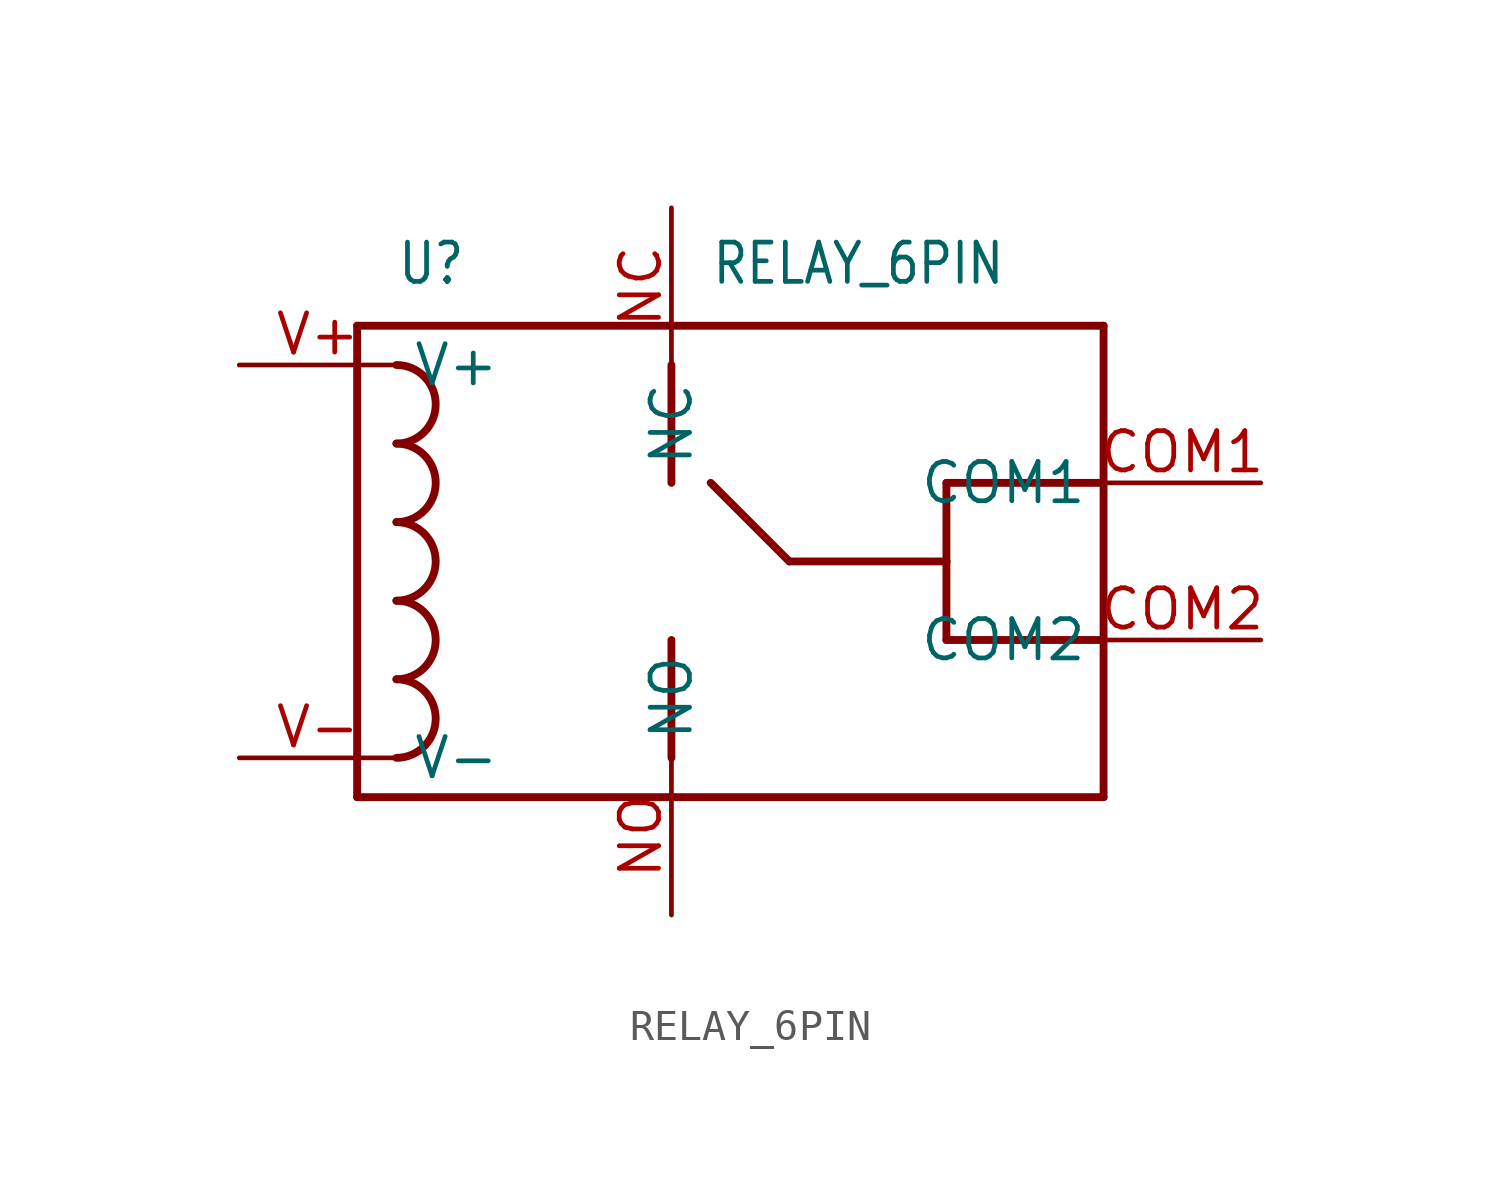
<source format=kicad_sym>
(kicad_symbol_lib
  (version 20211014)
  (generator kicad_symbol_editor)
  (symbol "RELAY_6PIN"
    (property "Reference" "U"
      (at -7.62 7.62 0)
      (effects (font (size 1.27 1.079)) (justify left bottom)))
    (property "Value" "RELAY_6PIN"
      (at 2.54 7.62 0)
      (effects (font (size 1.27 1.079)) (justify left bottom)))
    (property "ki_locked" ""
      (at 0 0 0)
      (effects (font (size 1.27 1.27))))
    (symbol "RELAY_6PIN_1_0"
      (arc (start -7.62 -7.62) (mid -6.35 -6.35) (end -7.62 -5.08) (stroke (width 0.254) (type default) (color 0 0 0 0)) (fill (type none)))
      (arc (start -7.62 -5.08) (mid -6.35 -3.81) (end -7.62 -2.54) (stroke (width 0.254) (type default) (color 0 0 0 0)) (fill (type none)))
      (arc (start -7.62 -2.54) (mid -6.35 -1.27) (end -7.62 0) (stroke (width 0.254) (type default) (color 0 0 0 0)) (fill (type none)))
      (arc (start -7.62 0) (mid -6.35 1.27) (end -7.62 2.54) (stroke (width 0.254) (type default) (color 0 0 0 0)) (fill (type none)))
      (arc (start -7.62 2.54) (mid -6.35 3.81) (end -7.62 5.08) (stroke (width 0.254) (type default) (color 0 0 0 0)) (fill (type none)))
      (polyline (pts (xy -8.89 -8.89) (xy -8.89 6.35)) (stroke (width 0.254) (type default) (color 0 0 0 0)) (fill (type none)))
      (polyline (pts (xy -8.89 6.35) (xy 15.24 6.35)) (stroke (width 0.254) (type default) (color 0 0 0 0)) (fill (type none)))
      (polyline (pts (xy 1.27 -3.81) (xy 1.27 -7.62)) (stroke (width 0.254) (type default) (color 0 0 0 0)) (fill (type none)))
      (polyline (pts (xy 1.27 1.27) (xy 1.27 5.08)) (stroke (width 0.254) (type default) (color 0 0 0 0)) (fill (type none)))
      (polyline (pts (xy 2.54 1.27) (xy 5.08 -1.27)) (stroke (width 0.254) (type default) (color 0 0 0 0)) (fill (type none)))
      (polyline (pts (xy 5.08 -1.27) (xy 10.16 -1.27)) (stroke (width 0.254) (type default) (color 0 0 0 0)) (fill (type none)))
      (polyline (pts (xy 10.16 -3.81) (xy 15.24 -3.81)) (stroke (width 0.254) (type default) (color 0 0 0 0)) (fill (type none)))
      (polyline (pts (xy 10.16 -1.27) (xy 10.16 -3.81)) (stroke (width 0.254) (type default) (color 0 0 0 0)) (fill (type none)))
      (polyline (pts (xy 10.16 1.27) (xy 10.16 -1.27)) (stroke (width 0.254) (type default) (color 0 0 0 0)) (fill (type none)))
      (polyline (pts (xy 15.24 -8.89) (xy -8.89 -8.89)) (stroke (width 0.254) (type default) (color 0 0 0 0)) (fill (type none)))
      (polyline (pts (xy 15.24 -3.81) (xy 15.24 -8.89)) (stroke (width 0.254) (type default) (color 0 0 0 0)) (fill (type none)))
      (polyline (pts (xy 15.24 1.27) (xy 10.16 1.27)) (stroke (width 0.254) (type default) (color 0 0 0 0)) (fill (type none)))
      (polyline (pts (xy 15.24 1.27) (xy 15.24 -3.81)) (stroke (width 0.254) (type default) (color 0 0 0 0)) (fill (type none)))
      (polyline (pts (xy 15.24 6.35) (xy 15.24 1.27)) (stroke (width 0.254) (type default) (color 0 0 0 0)) (fill (type none)))
      (pin bidirectional line (at 20.32 1.27 180) (length 5.08) (name "COM1" (effects (font (size 1.27 1.27)))) (number "COM1" (effects (font (size 1.27 1.27)))))
      (pin bidirectional line (at 20.32 -3.81 180) (length 5.08) (name "COM2" (effects (font (size 1.27 1.27)))) (number "COM2" (effects (font (size 1.27 1.27)))))
      (pin bidirectional line (at 1.27 10.16 270) (length 5.08) (name "NC" (effects (font (size 1.27 1.27)))) (number "NC" (effects (font (size 1.27 1.27)))))
      (pin bidirectional line (at 1.27 -12.7 90) (length 5.08) (name "NO" (effects (font (size 1.27 1.27)))) (number "NO" (effects (font (size 1.27 1.27)))))
      (pin bidirectional line (at -12.7 5.08 0) (length 5.08) (name "V+" (effects (font (size 1.27 1.27)))) (number "V+" (effects (font (size 1.27 1.27)))))
      (pin bidirectional line (at -12.7 -7.62 0) (length 5.08) (name "V-" (effects (font (size 1.27 1.27)))) (number "V-" (effects (font (size 1.27 1.27))))))))
</source>
